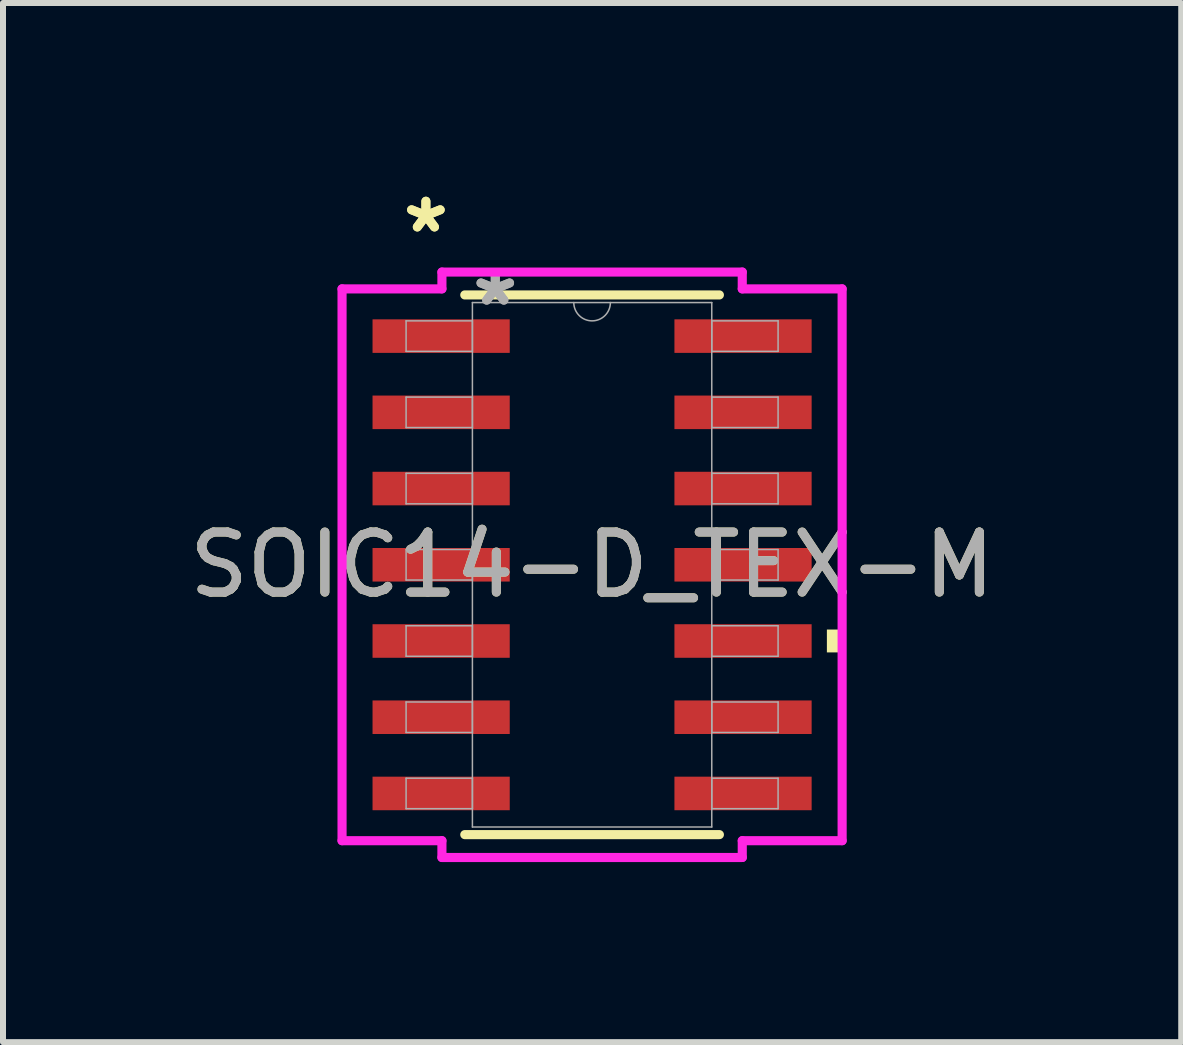
<source format=kicad_pcb>
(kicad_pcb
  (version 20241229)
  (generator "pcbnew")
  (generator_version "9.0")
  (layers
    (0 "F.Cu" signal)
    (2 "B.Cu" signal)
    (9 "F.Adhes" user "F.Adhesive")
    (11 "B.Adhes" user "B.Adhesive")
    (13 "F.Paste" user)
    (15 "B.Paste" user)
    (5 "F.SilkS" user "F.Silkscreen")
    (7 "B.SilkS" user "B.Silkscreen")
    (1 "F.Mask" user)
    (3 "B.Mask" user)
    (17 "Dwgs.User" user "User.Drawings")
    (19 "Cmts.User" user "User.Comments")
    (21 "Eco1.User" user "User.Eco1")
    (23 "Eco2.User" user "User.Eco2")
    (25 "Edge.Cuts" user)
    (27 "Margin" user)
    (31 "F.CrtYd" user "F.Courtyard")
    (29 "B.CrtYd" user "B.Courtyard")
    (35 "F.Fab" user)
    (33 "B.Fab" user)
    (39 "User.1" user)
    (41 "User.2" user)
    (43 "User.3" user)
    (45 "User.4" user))
  (footprint "SOIC14-D_TEX-M"
    (layer "F.Cu")
    (at 6.815 6.36)
    (property "Reference" "SOIC14-D_TEX-M" (at 0 0 0) (unlocked yes) (layer "F.SilkS") (effects (font (size 1 1) (thickness 0.15))))
    (attr smd)
    (fp_line (start -2.121 4.496) (end 2.121 4.496) (stroke (width 0.152) (type solid)) (layer "F.SilkS"))
    (fp_line (start 2.121 -4.496) (end -2.121 -4.496) (stroke (width 0.152) (type solid)) (layer "F.SilkS"))
    (fp_poly (pts (xy 4.166 1.079) (xy 4.166 1.46) (xy 3.912 1.46) (xy 3.912 1.079)) (stroke (width 0) (type solid)) (fill yes) (layer "F.SilkS"))
    (fp_line (start -4.166 -4.597) (end -2.502 -4.597) (stroke (width 0.152) (type solid)) (layer "F.CrtYd"))
    (fp_line (start -4.166 4.597) (end -4.166 -4.597) (stroke (width 0.152) (type solid)) (layer "F.CrtYd"))
    (fp_line (start -4.166 4.597) (end -2.502 4.597) (stroke (width 0.152) (type solid)) (layer "F.CrtYd"))
    (fp_line (start -2.502 -4.877) (end 2.502 -4.877) (stroke (width 0.152) (type solid)) (layer "F.CrtYd"))
    (fp_line (start -2.502 -4.597) (end -2.502 -4.877) (stroke (width 0.152) (type solid)) (layer "F.CrtYd"))
    (fp_line (start -2.502 4.877) (end -2.502 4.597) (stroke (width 0.152) (type solid)) (layer "F.CrtYd"))
    (fp_line (start 2.502 -4.877) (end 2.502 -4.597) (stroke (width 0.152) (type solid)) (layer "F.CrtYd"))
    (fp_line (start 2.502 4.597) (end 2.502 4.877) (stroke (width 0.152) (type solid)) (layer "F.CrtYd"))
    (fp_line (start 2.502 4.877) (end -2.502 4.877) (stroke (width 0.152) (type solid)) (layer "F.CrtYd"))
    (fp_line (start 4.166 -4.597) (end 2.502 -4.597) (stroke (width 0.152) (type solid)) (layer "F.CrtYd"))
    (fp_line (start 4.166 -4.597) (end 4.166 4.597) (stroke (width 0.152) (type solid)) (layer "F.CrtYd"))
    (fp_line (start 4.166 4.597) (end 2.502 4.597) (stroke (width 0.152) (type solid)) (layer "F.CrtYd"))
    (fp_line (start -3.099 -4.064) (end -3.099 -3.556) (stroke (width 0.025) (type solid)) (layer "F.Fab"))
    (fp_line (start -3.099 -3.556) (end -1.994 -3.556) (stroke (width 0.025) (type solid)) (layer "F.Fab"))
    (fp_line (start -3.099 -2.794) (end -3.099 -2.286) (stroke (width 0.025) (type solid)) (layer "F.Fab"))
    (fp_line (start -3.099 -2.286) (end -1.994 -2.286) (stroke (width 0.025) (type solid)) (layer "F.Fab"))
    (fp_line (start -3.099 -1.524) (end -3.099 -1.016) (stroke (width 0.025) (type solid)) (layer "F.Fab"))
    (fp_line (start -3.099 -1.016) (end -1.994 -1.016) (stroke (width 0.025) (type solid)) (layer "F.Fab"))
    (fp_line (start -3.099 -0.254) (end -3.099 0.254) (stroke (width 0.025) (type solid)) (layer "F.Fab"))
    (fp_line (start -3.099 0.254) (end -1.994 0.254) (stroke (width 0.025) (type solid)) (layer "F.Fab"))
    (fp_line (start -3.099 1.016) (end -3.099 1.524) (stroke (width 0.025) (type solid)) (layer "F.Fab"))
    (fp_line (start -3.099 1.524) (end -1.994 1.524) (stroke (width 0.025) (type solid)) (layer "F.Fab"))
    (fp_line (start -3.099 2.286) (end -3.099 2.794) (stroke (width 0.025) (type solid)) (layer "F.Fab"))
    (fp_line (start -3.099 2.794) (end -1.994 2.794) (stroke (width 0.025) (type solid)) (layer "F.Fab"))
    (fp_line (start -3.099 3.556) (end -3.099 4.064) (stroke (width 0.025) (type solid)) (layer "F.Fab"))
    (fp_line (start -3.099 4.064) (end -1.994 4.064) (stroke (width 0.025) (type solid)) (layer "F.Fab"))
    (fp_line (start -1.994 -4.369) (end -1.994 4.369) (stroke (width 0.025) (type solid)) (layer "F.Fab"))
    (fp_line (start -1.994 -4.064) (end -3.099 -4.064) (stroke (width 0.025) (type solid)) (layer "F.Fab"))
    (fp_line (start -1.994 -3.556) (end -1.994 -4.064) (stroke (width 0.025) (type solid)) (layer "F.Fab"))
    (fp_line (start -1.994 -2.794) (end -3.099 -2.794) (stroke (width 0.025) (type solid)) (layer "F.Fab"))
    (fp_line (start -1.994 -2.286) (end -1.994 -2.794) (stroke (width 0.025) (type solid)) (layer "F.Fab"))
    (fp_line (start -1.994 -1.524) (end -3.099 -1.524) (stroke (width 0.025) (type solid)) (layer "F.Fab"))
    (fp_line (start -1.994 -1.016) (end -1.994 -1.524) (stroke (width 0.025) (type solid)) (layer "F.Fab"))
    (fp_line (start -1.994 -0.254) (end -3.099 -0.254) (stroke (width 0.025) (type solid)) (layer "F.Fab"))
    (fp_line (start -1.994 0.254) (end -1.994 -0.254) (stroke (width 0.025) (type solid)) (layer "F.Fab"))
    (fp_line (start -1.994 1.016) (end -3.099 1.016) (stroke (width 0.025) (type solid)) (layer "F.Fab"))
    (fp_line (start -1.994 1.524) (end -1.994 1.016) (stroke (width 0.025) (type solid)) (layer "F.Fab"))
    (fp_line (start -1.994 2.286) (end -3.099 2.286) (stroke (width 0.025) (type solid)) (layer "F.Fab"))
    (fp_line (start -1.994 2.794) (end -1.994 2.286) (stroke (width 0.025) (type solid)) (layer "F.Fab"))
    (fp_line (start -1.994 3.556) (end -3.099 3.556) (stroke (width 0.025) (type solid)) (layer "F.Fab"))
    (fp_line (start -1.994 4.064) (end -1.994 3.556) (stroke (width 0.025) (type solid)) (layer "F.Fab"))
    (fp_line (start -1.994 4.369) (end 1.994 4.369) (stroke (width 0.025) (type solid)) (layer "F.Fab"))
    (fp_line (start 1.994 -4.369) (end -1.994 -4.369) (stroke (width 0.025) (type solid)) (layer "F.Fab"))
    (fp_line (start 1.994 -4.064) (end 1.994 -3.556) (stroke (width 0.025) (type solid)) (layer "F.Fab"))
    (fp_line (start 1.994 -3.556) (end 3.099 -3.556) (stroke (width 0.025) (type solid)) (layer "F.Fab"))
    (fp_line (start 1.994 -2.794) (end 1.994 -2.286) (stroke (width 0.025) (type solid)) (layer "F.Fab"))
    (fp_line (start 1.994 -2.286) (end 3.099 -2.286) (stroke (width 0.025) (type solid)) (layer "F.Fab"))
    (fp_line (start 1.994 -1.524) (end 1.994 -1.016) (stroke (width 0.025) (type solid)) (layer "F.Fab"))
    (fp_line (start 1.994 -1.016) (end 3.099 -1.016) (stroke (width 0.025) (type solid)) (layer "F.Fab"))
    (fp_line (start 1.994 -0.254) (end 1.994 0.254) (stroke (width 0.025) (type solid)) (layer "F.Fab"))
    (fp_line (start 1.994 0.254) (end 3.099 0.254) (stroke (width 0.025) (type solid)) (layer "F.Fab"))
    (fp_line (start 1.994 1.016) (end 1.994 1.524) (stroke (width 0.025) (type solid)) (layer "F.Fab"))
    (fp_line (start 1.994 1.524) (end 3.099 1.524) (stroke (width 0.025) (type solid)) (layer "F.Fab"))
    (fp_line (start 1.994 2.286) (end 1.994 2.794) (stroke (width 0.025) (type solid)) (layer "F.Fab"))
    (fp_line (start 1.994 2.794) (end 3.099 2.794) (stroke (width 0.025) (type solid)) (layer "F.Fab"))
    (fp_line (start 1.994 3.556) (end 1.994 4.064) (stroke (width 0.025) (type solid)) (layer "F.Fab"))
    (fp_line (start 1.994 4.064) (end 3.099 4.064) (stroke (width 0.025) (type solid)) (layer "F.Fab"))
    (fp_line (start 1.994 4.369) (end 1.994 -4.369) (stroke (width 0.025) (type solid)) (layer "F.Fab"))
    (fp_line (start 3.099 -4.064) (end 1.994 -4.064) (stroke (width 0.025) (type solid)) (layer "F.Fab"))
    (fp_line (start 3.099 -3.556) (end 3.099 -4.064) (stroke (width 0.025) (type solid)) (layer "F.Fab"))
    (fp_line (start 3.099 -2.794) (end 1.994 -2.794) (stroke (width 0.025) (type solid)) (layer "F.Fab"))
    (fp_line (start 3.099 -2.286) (end 3.099 -2.794) (stroke (width 0.025) (type solid)) (layer "F.Fab"))
    (fp_line (start 3.099 -1.524) (end 1.994 -1.524) (stroke (width 0.025) (type solid)) (layer "F.Fab"))
    (fp_line (start 3.099 -1.016) (end 3.099 -1.524) (stroke (width 0.025) (type solid)) (layer "F.Fab"))
    (fp_line (start 3.099 -0.254) (end 1.994 -0.254) (stroke (width 0.025) (type solid)) (layer "F.Fab"))
    (fp_line (start 3.099 0.254) (end 3.099 -0.254) (stroke (width 0.025) (type solid)) (layer "F.Fab"))
    (fp_line (start 3.099 1.016) (end 1.994 1.016) (stroke (width 0.025) (type solid)) (layer "F.Fab"))
    (fp_line (start 3.099 1.524) (end 3.099 1.016) (stroke (width 0.025) (type solid)) (layer "F.Fab"))
    (fp_line (start 3.099 2.286) (end 1.994 2.286) (stroke (width 0.025) (type solid)) (layer "F.Fab"))
    (fp_line (start 3.099 2.794) (end 3.099 2.286) (stroke (width 0.025) (type solid)) (layer "F.Fab"))
    (fp_line (start 3.099 3.556) (end 1.994 3.556) (stroke (width 0.025) (type solid)) (layer "F.Fab"))
    (fp_line (start 3.099 4.064) (end 3.099 3.556) (stroke (width 0.025) (type solid)) (layer "F.Fab"))
    (fp_arc (start 0.3048 -4.3688) (mid 0 -4.064) (end -0.3048 -4.3688) (stroke (width 0.0254) (type solid)) (layer "F.Fab"))
    (fp_text user "*" (at -2.769 -5.512 0) (unlocked yes) (layer "F.SilkS") (effects (font (size 1 1) (thickness 0.15))))
    (fp_text user "*" (at -2.769 -5.512 0) (layer "F.SilkS") (effects (font (size 1 1) (thickness 0.15))))
    (fp_text user "*" (at -1.613 -4.293 0) (unlocked yes) (layer "F.Fab") (effects (font (size 1 1) (thickness 0.15))))
    (fp_text user "*" (at -1.613 -4.293 0) (layer "F.Fab") (effects (font (size 1 1) (thickness 0.15))))
    (fp_text user "${REFERENCE}" (at 0 0 0) (unlocked yes) (layer "F.Fab") (effects (font (size 1 1) (thickness 0.15))))
    (pad "1" smd rect (at -2.515 -3.81) (size 2.286 0.559) (layers "F.Cu" "F.Mask" "F.Paste"))
    (pad "2" smd rect (at -2.515 -2.54) (size 2.286 0.559) (layers "F.Cu" "F.Mask" "F.Paste"))
    (pad "3" smd rect (at -2.515 -1.27) (size 2.286 0.559) (layers "F.Cu" "F.Mask" "F.Paste"))
    (pad "4" smd rect (at -2.515 0) (size 2.286 0.559) (layers "F.Cu" "F.Mask" "F.Paste"))
    (pad "5" smd rect (at -2.515 1.27) (size 2.286 0.559) (layers "F.Cu" "F.Mask" "F.Paste"))
    (pad "6" smd rect (at -2.515 2.54) (size 2.286 0.559) (layers "F.Cu" "F.Mask" "F.Paste"))
    (pad "7" smd rect (at -2.515 3.81) (size 2.286 0.559) (layers "F.Cu" "F.Mask" "F.Paste"))
    (pad "8" smd rect (at 2.515 3.81) (size 2.286 0.559) (layers "F.Cu" "F.Mask" "F.Paste"))
    (pad "9" smd rect (at 2.515 2.54) (size 2.286 0.559) (layers "F.Cu" "F.Mask" "F.Paste"))
    (pad "10" smd rect (at 2.515 1.27) (size 2.286 0.559) (layers "F.Cu" "F.Mask" "F.Paste"))
    (pad "11" smd rect (at 2.515 0) (size 2.286 0.559) (layers "F.Cu" "F.Mask" "F.Paste"))
    (pad "12" smd rect (at 2.515 -1.27) (size 2.286 0.559) (layers "F.Cu" "F.Mask" "F.Paste"))
    (pad "13" smd rect (at 2.515 -2.54) (size 2.286 0.559) (layers "F.Cu" "F.Mask" "F.Paste"))
    (pad "14" smd rect (at 2.515 -3.81) (size 2.286 0.559) (layers "F.Cu" "F.Mask" "F.Paste")))
  (gr_rect
    (start -3 -3)
    (end 16.631 14.313)
    (stroke (width 0.1) (type default))
    (fill no)
    (layer "Edge.Cuts")))
</source>
